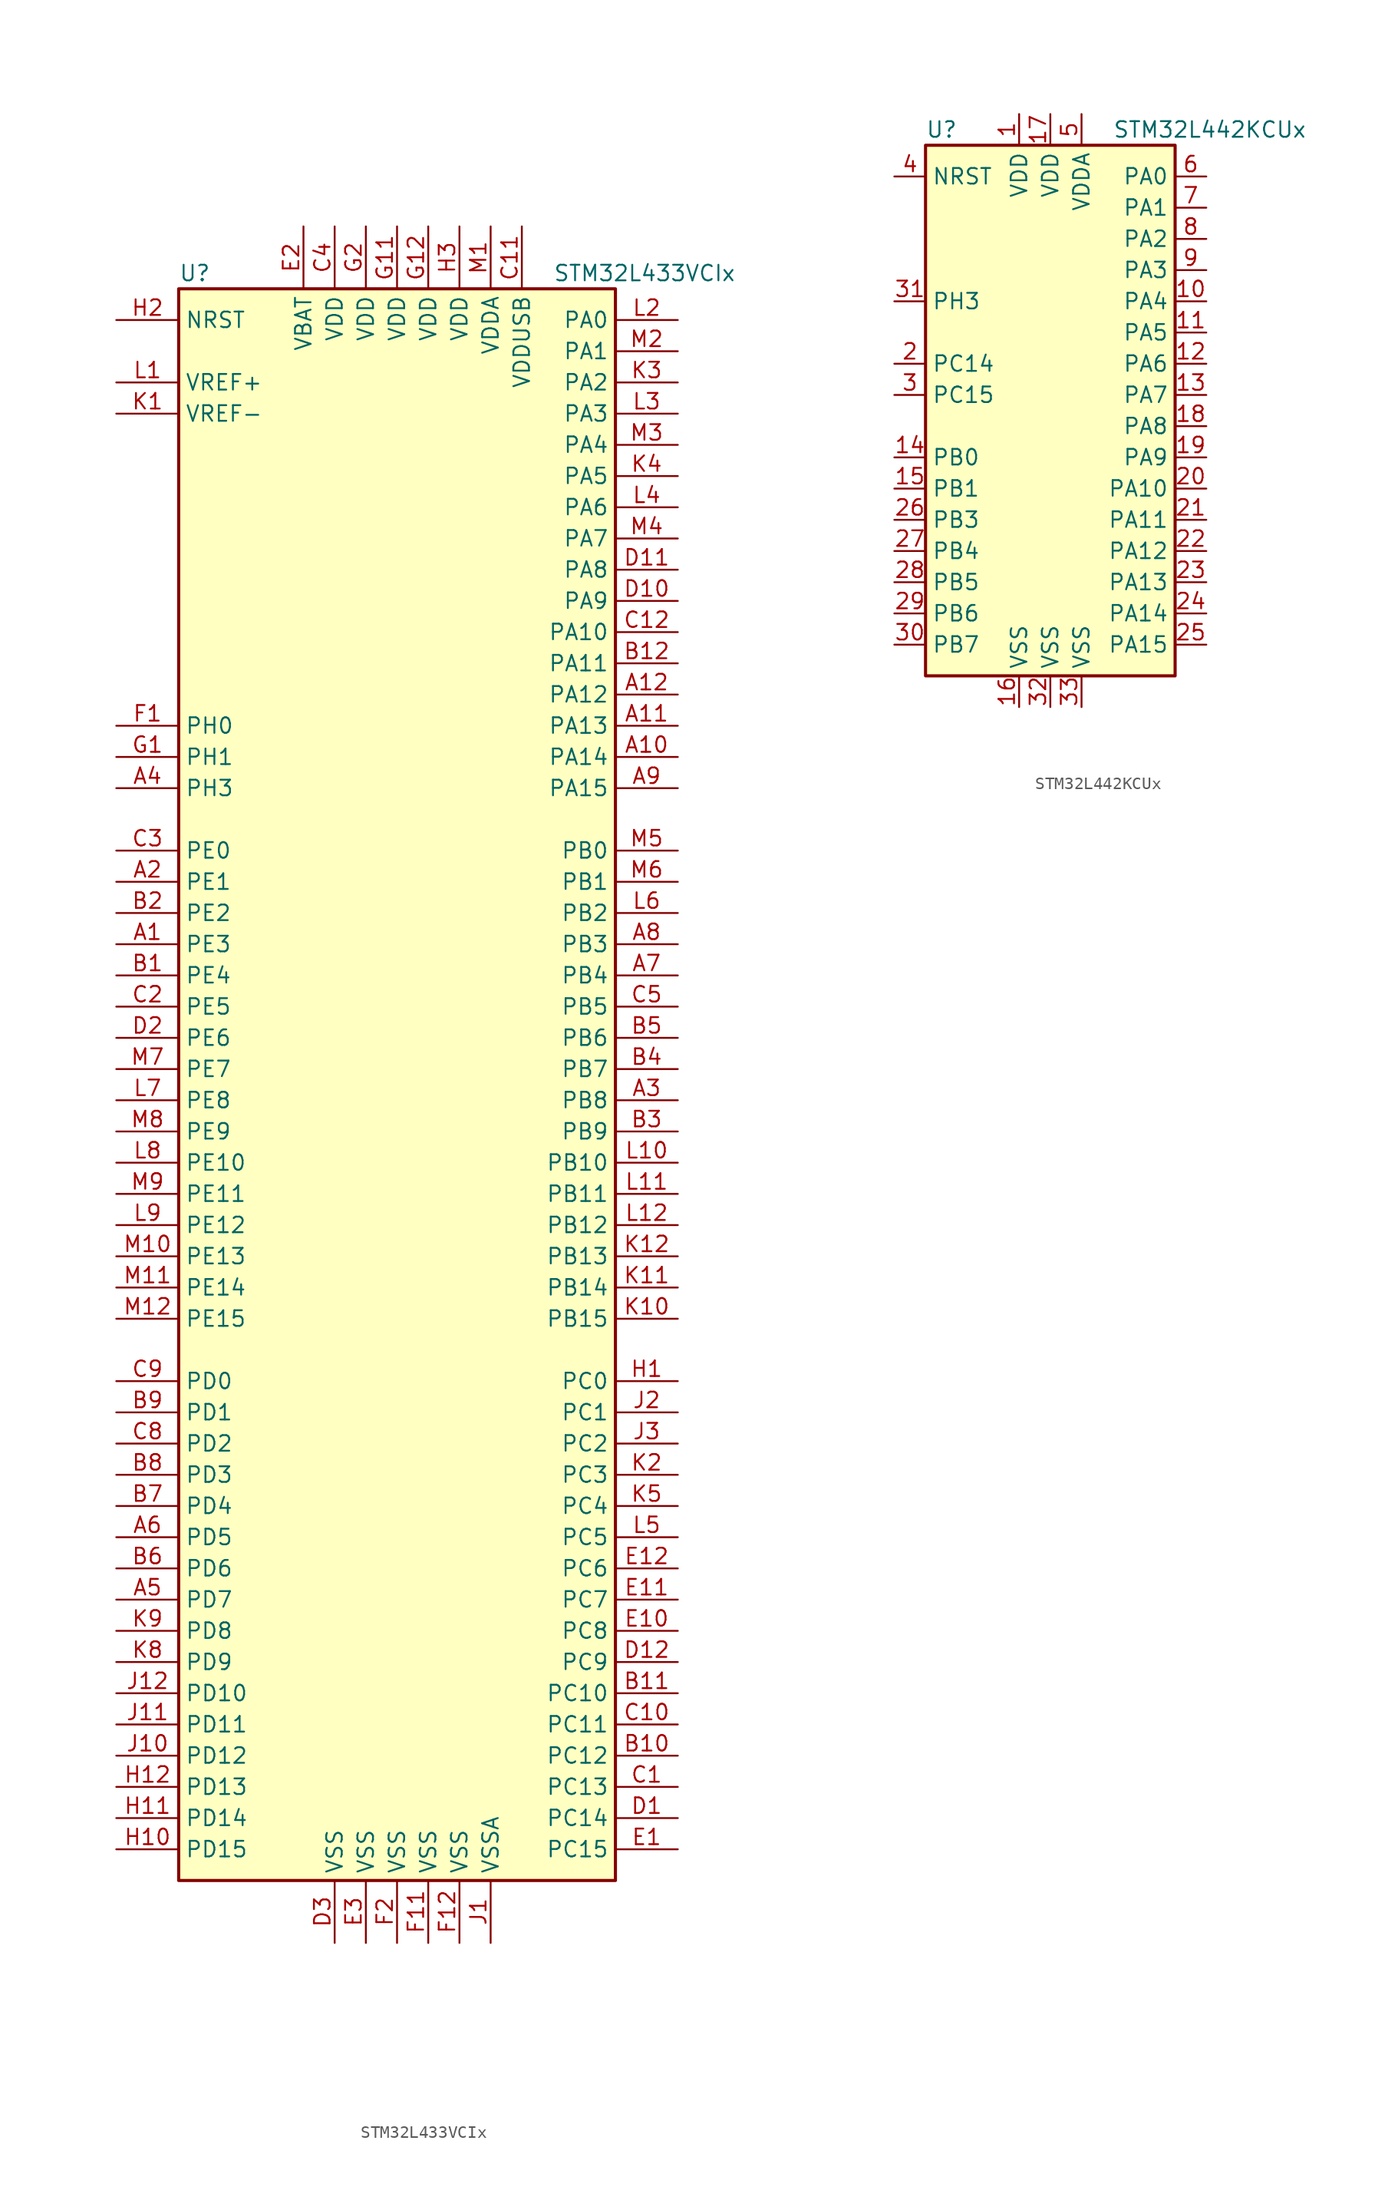
<source format=kicad_sym>
(kicad_symbol_lib
  (version 20201005)
  (generator kicad_symbol_editor)
  (symbol "STM32L433VCIx"
    (property "Reference" "U"
      (at -17.78 64.77 0)
      (effects (font (size 1.27 1.27)) (justify left)))
    (property "Value" "STM32L433VCIx"
      (at 12.7 64.77 0)
      (effects (font (size 1.27 1.27)) (justify left)))
    (symbol "STM32L433VCIx_0_1"
      (rectangle (start -17.78 -66.04) (end 17.78 63.5) (stroke (width 0.254)) (fill (type background))))
    (symbol "STM32L433VCIx_1_1"
      (pin input line (at -22.86 60.96 0) (length 5.08) (name "NRST" (effects (font (size 1.27 1.27)))) (number "H2" (effects (font (size 1.27 1.27)))))
      (pin bidirectional line (at 22.86 60.96 180) (length 5.08) (name "PA0" (effects (font (size 1.27 1.27)))) (number "L2" (effects (font (size 1.27 1.27)))))
      (pin bidirectional line (at 22.86 58.42 180) (length 5.08) (name "PA1" (effects (font (size 1.27 1.27)))) (number "M2" (effects (font (size 1.27 1.27)))))
      (pin bidirectional line (at 22.86 35.56 180) (length 5.08) (name "PA10" (effects (font (size 1.27 1.27)))) (number "C12" (effects (font (size 1.27 1.27)))))
      (pin bidirectional line (at 22.86 33.02 180) (length 5.08) (name "PA11" (effects (font (size 1.27 1.27)))) (number "B12" (effects (font (size 1.27 1.27)))))
      (pin bidirectional line (at 22.86 30.48 180) (length 5.08) (name "PA12" (effects (font (size 1.27 1.27)))) (number "A12" (effects (font (size 1.27 1.27)))))
      (pin bidirectional line (at 22.86 27.94 180) (length 5.08) (name "PA13" (effects (font (size 1.27 1.27)))) (number "A11" (effects (font (size 1.27 1.27)))))
      (pin bidirectional line (at 22.86 25.4 180) (length 5.08) (name "PA14" (effects (font (size 1.27 1.27)))) (number "A10" (effects (font (size 1.27 1.27)))))
      (pin bidirectional line (at 22.86 22.86 180) (length 5.08) (name "PA15" (effects (font (size 1.27 1.27)))) (number "A9" (effects (font (size 1.27 1.27)))))
      (pin bidirectional line (at 22.86 55.88 180) (length 5.08) (name "PA2" (effects (font (size 1.27 1.27)))) (number "K3" (effects (font (size 1.27 1.27)))))
      (pin bidirectional line (at 22.86 53.34 180) (length 5.08) (name "PA3" (effects (font (size 1.27 1.27)))) (number "L3" (effects (font (size 1.27 1.27)))))
      (pin bidirectional line (at 22.86 50.8 180) (length 5.08) (name "PA4" (effects (font (size 1.27 1.27)))) (number "M3" (effects (font (size 1.27 1.27)))))
      (pin bidirectional line (at 22.86 48.26 180) (length 5.08) (name "PA5" (effects (font (size 1.27 1.27)))) (number "K4" (effects (font (size 1.27 1.27)))))
      (pin bidirectional line (at 22.86 45.72 180) (length 5.08) (name "PA6" (effects (font (size 1.27 1.27)))) (number "L4" (effects (font (size 1.27 1.27)))))
      (pin bidirectional line (at 22.86 43.18 180) (length 5.08) (name "PA7" (effects (font (size 1.27 1.27)))) (number "M4" (effects (font (size 1.27 1.27)))))
      (pin bidirectional line (at 22.86 40.64 180) (length 5.08) (name "PA8" (effects (font (size 1.27 1.27)))) (number "D11" (effects (font (size 1.27 1.27)))))
      (pin bidirectional line (at 22.86 38.1 180) (length 5.08) (name "PA9" (effects (font (size 1.27 1.27)))) (number "D10" (effects (font (size 1.27 1.27)))))
      (pin bidirectional line (at 22.86 17.78 180) (length 5.08) (name "PB0" (effects (font (size 1.27 1.27)))) (number "M5" (effects (font (size 1.27 1.27)))))
      (pin bidirectional line (at 22.86 15.24 180) (length 5.08) (name "PB1" (effects (font (size 1.27 1.27)))) (number "M6" (effects (font (size 1.27 1.27)))))
      (pin bidirectional line (at 22.86 -7.62 180) (length 5.08) (name "PB10" (effects (font (size 1.27 1.27)))) (number "L10" (effects (font (size 1.27 1.27)))))
      (pin bidirectional line (at 22.86 -10.16 180) (length 5.08) (name "PB11" (effects (font (size 1.27 1.27)))) (number "L11" (effects (font (size 1.27 1.27)))))
      (pin bidirectional line (at 22.86 -12.7 180) (length 5.08) (name "PB12" (effects (font (size 1.27 1.27)))) (number "L12" (effects (font (size 1.27 1.27)))))
      (pin bidirectional line (at 22.86 -15.24 180) (length 5.08) (name "PB13" (effects (font (size 1.27 1.27)))) (number "K12" (effects (font (size 1.27 1.27)))))
      (pin bidirectional line (at 22.86 -17.78 180) (length 5.08) (name "PB14" (effects (font (size 1.27 1.27)))) (number "K11" (effects (font (size 1.27 1.27)))))
      (pin bidirectional line (at 22.86 -20.32 180) (length 5.08) (name "PB15" (effects (font (size 1.27 1.27)))) (number "K10" (effects (font (size 1.27 1.27)))))
      (pin bidirectional line (at 22.86 12.7 180) (length 5.08) (name "PB2" (effects (font (size 1.27 1.27)))) (number "L6" (effects (font (size 1.27 1.27)))))
      (pin bidirectional line (at 22.86 10.16 180) (length 5.08) (name "PB3" (effects (font (size 1.27 1.27)))) (number "A8" (effects (font (size 1.27 1.27)))))
      (pin bidirectional line (at 22.86 7.62 180) (length 5.08) (name "PB4" (effects (font (size 1.27 1.27)))) (number "A7" (effects (font (size 1.27 1.27)))))
      (pin bidirectional line (at 22.86 5.08 180) (length 5.08) (name "PB5" (effects (font (size 1.27 1.27)))) (number "C5" (effects (font (size 1.27 1.27)))))
      (pin bidirectional line (at 22.86 2.54 180) (length 5.08) (name "PB6" (effects (font (size 1.27 1.27)))) (number "B5" (effects (font (size 1.27 1.27)))))
      (pin bidirectional line (at 22.86 0 180) (length 5.08) (name "PB7" (effects (font (size 1.27 1.27)))) (number "B4" (effects (font (size 1.27 1.27)))))
      (pin bidirectional line (at 22.86 -2.54 180) (length 5.08) (name "PB8" (effects (font (size 1.27 1.27)))) (number "A3" (effects (font (size 1.27 1.27)))))
      (pin bidirectional line (at 22.86 -5.08 180) (length 5.08) (name "PB9" (effects (font (size 1.27 1.27)))) (number "B3" (effects (font (size 1.27 1.27)))))
      (pin bidirectional line (at 22.86 -25.4 180) (length 5.08) (name "PC0" (effects (font (size 1.27 1.27)))) (number "H1" (effects (font (size 1.27 1.27)))))
      (pin bidirectional line (at 22.86 -27.94 180) (length 5.08) (name "PC1" (effects (font (size 1.27 1.27)))) (number "J2" (effects (font (size 1.27 1.27)))))
      (pin bidirectional line (at 22.86 -50.8 180) (length 5.08) (name "PC10" (effects (font (size 1.27 1.27)))) (number "B11" (effects (font (size 1.27 1.27)))))
      (pin bidirectional line (at 22.86 -53.34 180) (length 5.08) (name "PC11" (effects (font (size 1.27 1.27)))) (number "C10" (effects (font (size 1.27 1.27)))))
      (pin bidirectional line (at 22.86 -55.88 180) (length 5.08) (name "PC12" (effects (font (size 1.27 1.27)))) (number "B10" (effects (font (size 1.27 1.27)))))
      (pin bidirectional line (at 22.86 -58.42 180) (length 5.08) (name "PC13" (effects (font (size 1.27 1.27)))) (number "C1" (effects (font (size 1.27 1.27)))))
      (pin bidirectional line (at 22.86 -60.96 180) (length 5.08) (name "PC14" (effects (font (size 1.27 1.27)))) (number "D1" (effects (font (size 1.27 1.27)))))
      (pin bidirectional line (at 22.86 -63.5 180) (length 5.08) (name "PC15" (effects (font (size 1.27 1.27)))) (number "E1" (effects (font (size 1.27 1.27)))))
      (pin bidirectional line (at 22.86 -30.48 180) (length 5.08) (name "PC2" (effects (font (size 1.27 1.27)))) (number "J3" (effects (font (size 1.27 1.27)))))
      (pin bidirectional line (at 22.86 -33.02 180) (length 5.08) (name "PC3" (effects (font (size 1.27 1.27)))) (number "K2" (effects (font (size 1.27 1.27)))))
      (pin bidirectional line (at 22.86 -35.56 180) (length 5.08) (name "PC4" (effects (font (size 1.27 1.27)))) (number "K5" (effects (font (size 1.27 1.27)))))
      (pin bidirectional line (at 22.86 -38.1 180) (length 5.08) (name "PC5" (effects (font (size 1.27 1.27)))) (number "L5" (effects (font (size 1.27 1.27)))))
      (pin bidirectional line (at 22.86 -40.64 180) (length 5.08) (name "PC6" (effects (font (size 1.27 1.27)))) (number "E12" (effects (font (size 1.27 1.27)))))
      (pin bidirectional line (at 22.86 -43.18 180) (length 5.08) (name "PC7" (effects (font (size 1.27 1.27)))) (number "E11" (effects (font (size 1.27 1.27)))))
      (pin bidirectional line (at 22.86 -45.72 180) (length 5.08) (name "PC8" (effects (font (size 1.27 1.27)))) (number "E10" (effects (font (size 1.27 1.27)))))
      (pin bidirectional line (at 22.86 -48.26 180) (length 5.08) (name "PC9" (effects (font (size 1.27 1.27)))) (number "D12" (effects (font (size 1.27 1.27)))))
      (pin bidirectional line (at -22.86 -25.4 0) (length 5.08) (name "PD0" (effects (font (size 1.27 1.27)))) (number "C9" (effects (font (size 1.27 1.27)))))
      (pin bidirectional line (at -22.86 -27.94 0) (length 5.08) (name "PD1" (effects (font (size 1.27 1.27)))) (number "B9" (effects (font (size 1.27 1.27)))))
      (pin bidirectional line (at -22.86 -50.8 0) (length 5.08) (name "PD10" (effects (font (size 1.27 1.27)))) (number "J12" (effects (font (size 1.27 1.27)))))
      (pin bidirectional line (at -22.86 -53.34 0) (length 5.08) (name "PD11" (effects (font (size 1.27 1.27)))) (number "J11" (effects (font (size 1.27 1.27)))))
      (pin bidirectional line (at -22.86 -55.88 0) (length 5.08) (name "PD12" (effects (font (size 1.27 1.27)))) (number "J10" (effects (font (size 1.27 1.27)))))
      (pin bidirectional line (at -22.86 -58.42 0) (length 5.08) (name "PD13" (effects (font (size 1.27 1.27)))) (number "H12" (effects (font (size 1.27 1.27)))))
      (pin bidirectional line (at -22.86 -60.96 0) (length 5.08) (name "PD14" (effects (font (size 1.27 1.27)))) (number "H11" (effects (font (size 1.27 1.27)))))
      (pin bidirectional line (at -22.86 -63.5 0) (length 5.08) (name "PD15" (effects (font (size 1.27 1.27)))) (number "H10" (effects (font (size 1.27 1.27)))))
      (pin bidirectional line (at -22.86 -30.48 0) (length 5.08) (name "PD2" (effects (font (size 1.27 1.27)))) (number "C8" (effects (font (size 1.27 1.27)))))
      (pin bidirectional line (at -22.86 -33.02 0) (length 5.08) (name "PD3" (effects (font (size 1.27 1.27)))) (number "B8" (effects (font (size 1.27 1.27)))))
      (pin bidirectional line (at -22.86 -35.56 0) (length 5.08) (name "PD4" (effects (font (size 1.27 1.27)))) (number "B7" (effects (font (size 1.27 1.27)))))
      (pin bidirectional line (at -22.86 -38.1 0) (length 5.08) (name "PD5" (effects (font (size 1.27 1.27)))) (number "A6" (effects (font (size 1.27 1.27)))))
      (pin bidirectional line (at -22.86 -40.64 0) (length 5.08) (name "PD6" (effects (font (size 1.27 1.27)))) (number "B6" (effects (font (size 1.27 1.27)))))
      (pin bidirectional line (at -22.86 -43.18 0) (length 5.08) (name "PD7" (effects (font (size 1.27 1.27)))) (number "A5" (effects (font (size 1.27 1.27)))))
      (pin bidirectional line (at -22.86 -45.72 0) (length 5.08) (name "PD8" (effects (font (size 1.27 1.27)))) (number "K9" (effects (font (size 1.27 1.27)))))
      (pin bidirectional line (at -22.86 -48.26 0) (length 5.08) (name "PD9" (effects (font (size 1.27 1.27)))) (number "K8" (effects (font (size 1.27 1.27)))))
      (pin bidirectional line (at -22.86 17.78 0) (length 5.08) (name "PE0" (effects (font (size 1.27 1.27)))) (number "C3" (effects (font (size 1.27 1.27)))))
      (pin bidirectional line (at -22.86 15.24 0) (length 5.08) (name "PE1" (effects (font (size 1.27 1.27)))) (number "A2" (effects (font (size 1.27 1.27)))))
      (pin bidirectional line (at -22.86 -7.62 0) (length 5.08) (name "PE10" (effects (font (size 1.27 1.27)))) (number "L8" (effects (font (size 1.27 1.27)))))
      (pin bidirectional line (at -22.86 -10.16 0) (length 5.08) (name "PE11" (effects (font (size 1.27 1.27)))) (number "M9" (effects (font (size 1.27 1.27)))))
      (pin bidirectional line (at -22.86 -12.7 0) (length 5.08) (name "PE12" (effects (font (size 1.27 1.27)))) (number "L9" (effects (font (size 1.27 1.27)))))
      (pin bidirectional line (at -22.86 -15.24 0) (length 5.08) (name "PE13" (effects (font (size 1.27 1.27)))) (number "M10" (effects (font (size 1.27 1.27)))))
      (pin bidirectional line (at -22.86 -17.78 0) (length 5.08) (name "PE14" (effects (font (size 1.27 1.27)))) (number "M11" (effects (font (size 1.27 1.27)))))
      (pin bidirectional line (at -22.86 -20.32 0) (length 5.08) (name "PE15" (effects (font (size 1.27 1.27)))) (number "M12" (effects (font (size 1.27 1.27)))))
      (pin bidirectional line (at -22.86 12.7 0) (length 5.08) (name "PE2" (effects (font (size 1.27 1.27)))) (number "B2" (effects (font (size 1.27 1.27)))))
      (pin bidirectional line (at -22.86 10.16 0) (length 5.08) (name "PE3" (effects (font (size 1.27 1.27)))) (number "A1" (effects (font (size 1.27 1.27)))))
      (pin bidirectional line (at -22.86 7.62 0) (length 5.08) (name "PE4" (effects (font (size 1.27 1.27)))) (number "B1" (effects (font (size 1.27 1.27)))))
      (pin bidirectional line (at -22.86 5.08 0) (length 5.08) (name "PE5" (effects (font (size 1.27 1.27)))) (number "C2" (effects (font (size 1.27 1.27)))))
      (pin bidirectional line (at -22.86 2.54 0) (length 5.08) (name "PE6" (effects (font (size 1.27 1.27)))) (number "D2" (effects (font (size 1.27 1.27)))))
      (pin bidirectional line (at -22.86 0 0) (length 5.08) (name "PE7" (effects (font (size 1.27 1.27)))) (number "M7" (effects (font (size 1.27 1.27)))))
      (pin bidirectional line (at -22.86 -2.54 0) (length 5.08) (name "PE8" (effects (font (size 1.27 1.27)))) (number "L7" (effects (font (size 1.27 1.27)))))
      (pin bidirectional line (at -22.86 -5.08 0) (length 5.08) (name "PE9" (effects (font (size 1.27 1.27)))) (number "M8" (effects (font (size 1.27 1.27)))))
      (pin input line (at -22.86 27.94 0) (length 5.08) (name "PH0" (effects (font (size 1.27 1.27)))) (number "F1" (effects (font (size 1.27 1.27)))))
      (pin input line (at -22.86 25.4 0) (length 5.08) (name "PH1" (effects (font (size 1.27 1.27)))) (number "G1" (effects (font (size 1.27 1.27)))))
      (pin bidirectional line (at -22.86 22.86 0) (length 5.08) (name "PH3" (effects (font (size 1.27 1.27)))) (number "A4" (effects (font (size 1.27 1.27)))))
      (pin power_in line (at -7.62 68.58 270) (length 5.08) (name "VBAT" (effects (font (size 1.27 1.27)))) (number "E2" (effects (font (size 1.27 1.27)))))
      (pin power_in line (at -5.08 68.58 270) (length 5.08) (name "VDD" (effects (font (size 1.27 1.27)))) (number "C4" (effects (font (size 1.27 1.27)))))
      (pin power_in line (at 0 68.58 270) (length 5.08) (name "VDD" (effects (font (size 1.27 1.27)))) (number "G11" (effects (font (size 1.27 1.27)))))
      (pin power_in line (at 2.54 68.58 270) (length 5.08) (name "VDD" (effects (font (size 1.27 1.27)))) (number "G12" (effects (font (size 1.27 1.27)))))
      (pin power_in line (at -2.54 68.58 270) (length 5.08) (name "VDD" (effects (font (size 1.27 1.27)))) (number "G2" (effects (font (size 1.27 1.27)))))
      (pin power_in line (at 5.08 68.58 270) (length 5.08) (name "VDD" (effects (font (size 1.27 1.27)))) (number "H3" (effects (font (size 1.27 1.27)))))
      (pin power_in line (at 7.62 68.58 270) (length 5.08) (name "VDDA" (effects (font (size 1.27 1.27)))) (number "M1" (effects (font (size 1.27 1.27)))))
      (pin power_in line (at 10.16 68.58 270) (length 5.08) (name "VDDUSB" (effects (font (size 1.27 1.27)))) (number "C11" (effects (font (size 1.27 1.27)))))
      (pin bidirectional line (at -22.86 55.88 0) (length 5.08) (name "VREF+" (effects (font (size 1.27 1.27)))) (number "L1" (effects (font (size 1.27 1.27)))))
      (pin power_in line (at -22.86 53.34 0) (length 5.08) (name "VREF-" (effects (font (size 1.27 1.27)))) (number "K1" (effects (font (size 1.27 1.27)))))
      (pin power_in line (at -5.08 -71.12 90) (length 5.08) (name "VSS" (effects (font (size 1.27 1.27)))) (number "D3" (effects (font (size 1.27 1.27)))))
      (pin power_in line (at -2.54 -71.12 90) (length 5.08) (name "VSS" (effects (font (size 1.27 1.27)))) (number "E3" (effects (font (size 1.27 1.27)))))
      (pin power_in line (at 2.54 -71.12 90) (length 5.08) (name "VSS" (effects (font (size 1.27 1.27)))) (number "F11" (effects (font (size 1.27 1.27)))))
      (pin power_in line (at 5.08 -71.12 90) (length 5.08) (name "VSS" (effects (font (size 1.27 1.27)))) (number "F12" (effects (font (size 1.27 1.27)))))
      (pin power_in line (at 0 -71.12 90) (length 5.08) (name "VSS" (effects (font (size 1.27 1.27)))) (number "F2" (effects (font (size 1.27 1.27)))))
      (pin power_in line (at 7.62 -71.12 90) (length 5.08) (name "VSSA" (effects (font (size 1.27 1.27)))) (number "J1" (effects (font (size 1.27 1.27)))))))
  (symbol "STM32L442KCUx"
    (property "Reference" "U"
      (at -10.16 21.59 0)
      (effects (font (size 1.27 1.27)) (justify left)))
    (property "Value" "STM32L442KCUx"
      (at 5.08 21.59 0)
      (effects (font (size 1.27 1.27)) (justify left)))
    (symbol "STM32L442KCUx_0_1"
      (rectangle (start -10.16 -22.86) (end 10.16 20.32) (stroke (width 0.254)) (fill (type background))))
    (symbol "STM32L442KCUx_1_1"
      (pin input line (at -12.7 17.78 0) (length 2.54) (name "NRST" (effects (font (size 1.27 1.27)))) (number "4" (effects (font (size 1.27 1.27)))))
      (pin bidirectional line (at 12.7 17.78 180) (length 2.54) (name "PA0" (effects (font (size 1.27 1.27)))) (number "6" (effects (font (size 1.27 1.27)))))
      (pin bidirectional line (at 12.7 15.24 180) (length 2.54) (name "PA1" (effects (font (size 1.27 1.27)))) (number "7" (effects (font (size 1.27 1.27)))))
      (pin bidirectional line (at 12.7 -7.62 180) (length 2.54) (name "PA10" (effects (font (size 1.27 1.27)))) (number "20" (effects (font (size 1.27 1.27)))))
      (pin bidirectional line (at 12.7 -10.16 180) (length 2.54) (name "PA11" (effects (font (size 1.27 1.27)))) (number "21" (effects (font (size 1.27 1.27)))))
      (pin bidirectional line (at 12.7 -12.7 180) (length 2.54) (name "PA12" (effects (font (size 1.27 1.27)))) (number "22" (effects (font (size 1.27 1.27)))))
      (pin bidirectional line (at 12.7 -15.24 180) (length 2.54) (name "PA13" (effects (font (size 1.27 1.27)))) (number "23" (effects (font (size 1.27 1.27)))))
      (pin bidirectional line (at 12.7 -17.78 180) (length 2.54) (name "PA14" (effects (font (size 1.27 1.27)))) (number "24" (effects (font (size 1.27 1.27)))))
      (pin bidirectional line (at 12.7 -20.32 180) (length 2.54) (name "PA15" (effects (font (size 1.27 1.27)))) (number "25" (effects (font (size 1.27 1.27)))))
      (pin bidirectional line (at 12.7 12.7 180) (length 2.54) (name "PA2" (effects (font (size 1.27 1.27)))) (number "8" (effects (font (size 1.27 1.27)))))
      (pin bidirectional line (at 12.7 10.16 180) (length 2.54) (name "PA3" (effects (font (size 1.27 1.27)))) (number "9" (effects (font (size 1.27 1.27)))))
      (pin bidirectional line (at 12.7 7.62 180) (length 2.54) (name "PA4" (effects (font (size 1.27 1.27)))) (number "10" (effects (font (size 1.27 1.27)))))
      (pin bidirectional line (at 12.7 5.08 180) (length 2.54) (name "PA5" (effects (font (size 1.27 1.27)))) (number "11" (effects (font (size 1.27 1.27)))))
      (pin bidirectional line (at 12.7 2.54 180) (length 2.54) (name "PA6" (effects (font (size 1.27 1.27)))) (number "12" (effects (font (size 1.27 1.27)))))
      (pin bidirectional line (at 12.7 0 180) (length 2.54) (name "PA7" (effects (font (size 1.27 1.27)))) (number "13" (effects (font (size 1.27 1.27)))))
      (pin bidirectional line (at 12.7 -2.54 180) (length 2.54) (name "PA8" (effects (font (size 1.27 1.27)))) (number "18" (effects (font (size 1.27 1.27)))))
      (pin bidirectional line (at 12.7 -5.08 180) (length 2.54) (name "PA9" (effects (font (size 1.27 1.27)))) (number "19" (effects (font (size 1.27 1.27)))))
      (pin bidirectional line (at -12.7 -5.08 0) (length 2.54) (name "PB0" (effects (font (size 1.27 1.27)))) (number "14" (effects (font (size 1.27 1.27)))))
      (pin bidirectional line (at -12.7 -7.62 0) (length 2.54) (name "PB1" (effects (font (size 1.27 1.27)))) (number "15" (effects (font (size 1.27 1.27)))))
      (pin bidirectional line (at -12.7 -10.16 0) (length 2.54) (name "PB3" (effects (font (size 1.27 1.27)))) (number "26" (effects (font (size 1.27 1.27)))))
      (pin bidirectional line (at -12.7 -12.7 0) (length 2.54) (name "PB4" (effects (font (size 1.27 1.27)))) (number "27" (effects (font (size 1.27 1.27)))))
      (pin bidirectional line (at -12.7 -15.24 0) (length 2.54) (name "PB5" (effects (font (size 1.27 1.27)))) (number "28" (effects (font (size 1.27 1.27)))))
      (pin bidirectional line (at -12.7 -17.78 0) (length 2.54) (name "PB6" (effects (font (size 1.27 1.27)))) (number "29" (effects (font (size 1.27 1.27)))))
      (pin bidirectional line (at -12.7 -20.32 0) (length 2.54) (name "PB7" (effects (font (size 1.27 1.27)))) (number "30" (effects (font (size 1.27 1.27)))))
      (pin bidirectional line (at -12.7 2.54 0) (length 2.54) (name "PC14" (effects (font (size 1.27 1.27)))) (number "2" (effects (font (size 1.27 1.27)))))
      (pin bidirectional line (at -12.7 0 0) (length 2.54) (name "PC15" (effects (font (size 1.27 1.27)))) (number "3" (effects (font (size 1.27 1.27)))))
      (pin bidirectional line (at -12.7 7.62 0) (length 2.54) (name "PH3" (effects (font (size 1.27 1.27)))) (number "31" (effects (font (size 1.27 1.27)))))
      (pin power_in line (at -2.54 22.86 270) (length 2.54) (name "VDD" (effects (font (size 1.27 1.27)))) (number "1" (effects (font (size 1.27 1.27)))))
      (pin power_in line (at 0 22.86 270) (length 2.54) (name "VDD" (effects (font (size 1.27 1.27)))) (number "17" (effects (font (size 1.27 1.27)))))
      (pin power_in line (at 2.54 22.86 270) (length 2.54) (name "VDDA" (effects (font (size 1.27 1.27)))) (number "5" (effects (font (size 1.27 1.27)))))
      (pin power_in line (at -2.54 -25.4 90) (length 2.54) (name "VSS" (effects (font (size 1.27 1.27)))) (number "16" (effects (font (size 1.27 1.27)))))
      (pin power_in line (at 0 -25.4 90) (length 2.54) (name "VSS" (effects (font (size 1.27 1.27)))) (number "32" (effects (font (size 1.27 1.27)))))
      (pin power_in line (at 2.54 -25.4 90) (length 2.54) (name "VSS" (effects (font (size 1.27 1.27)))) (number "33" (effects (font (size 1.27 1.27))))))))
</source>
